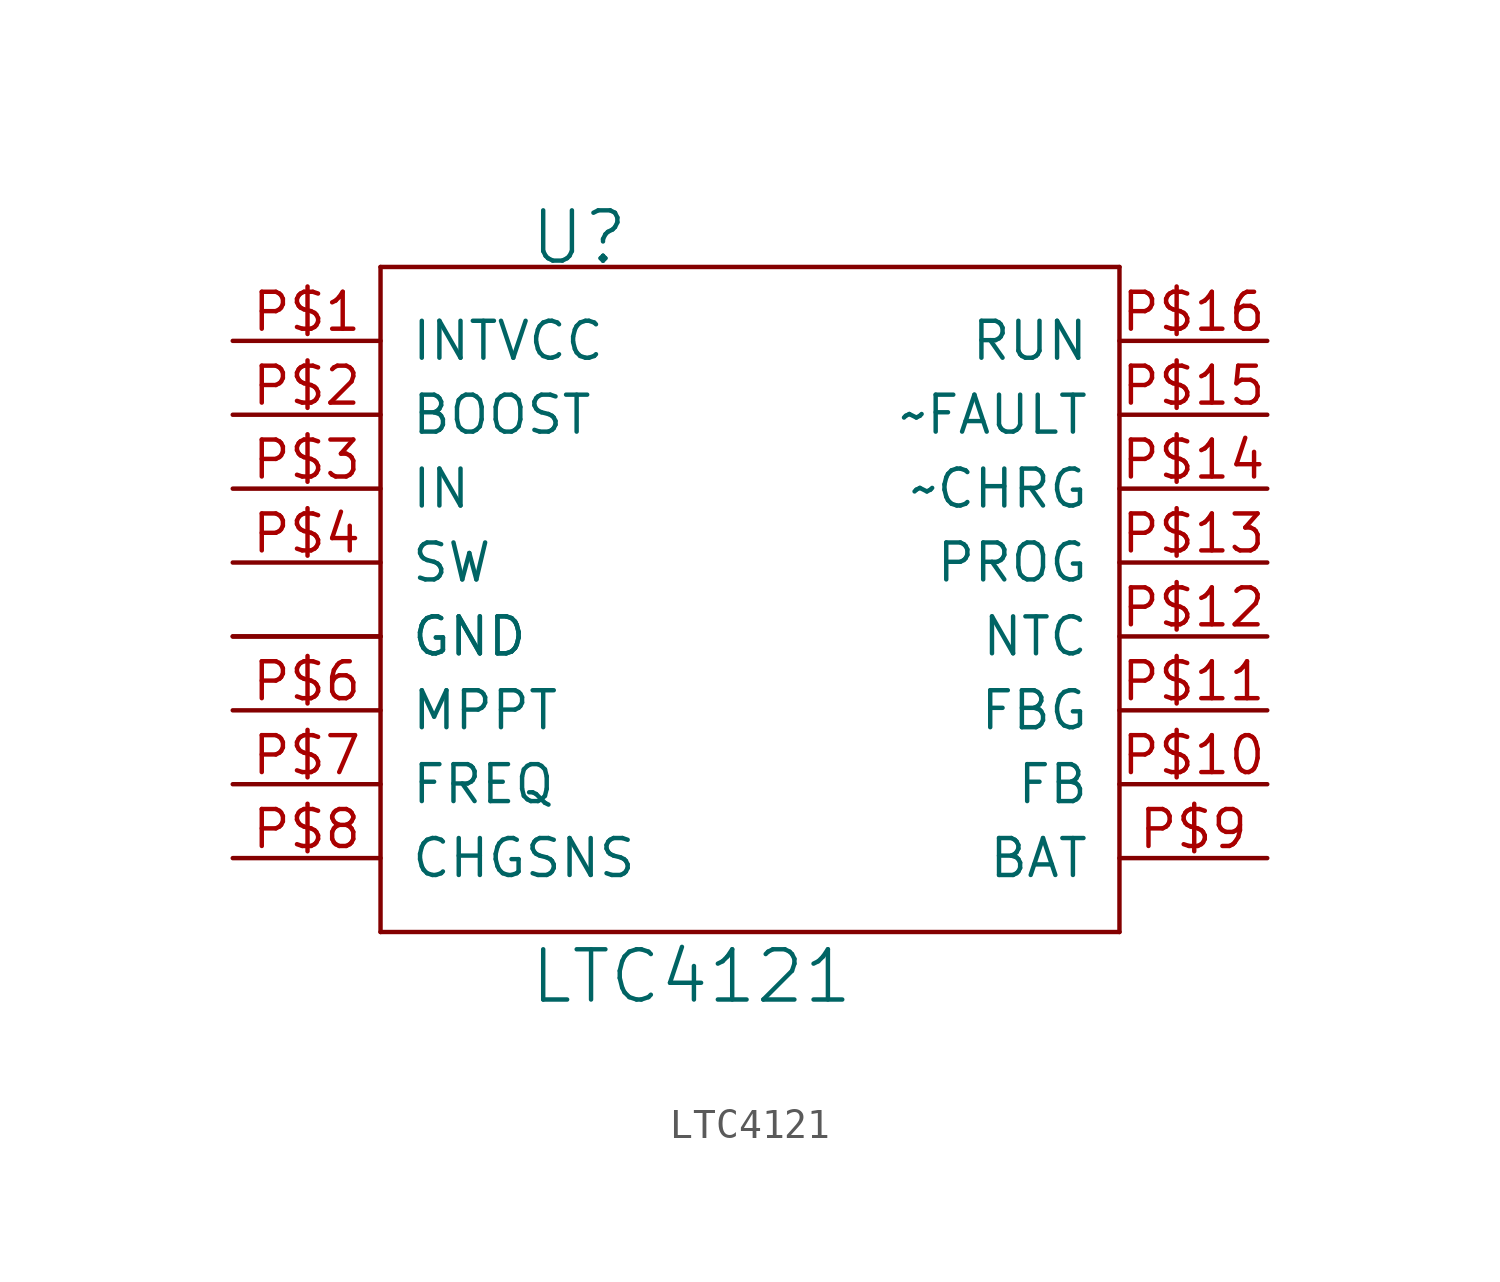
<source format=kicad_sym>
(kicad_symbol_lib
  (version 20211014)
  (generator kicad_symbol_editor)
  (symbol "LTC4121"
    (pin_names
      (offset 1.016))
    (property "Reference" "U"
      (at -2.54 10.16 0)
      (effects (font (size 1.727 1.727)) (justify left bottom)))
    (property "Value" "LTC4121"
      (at -2.54 -15.24 0)
      (effects (font (size 1.727 1.727)) (justify left bottom)))
    (property "ki_locked" ""
      (at 0 0 0)
      (effects (font (size 1.27 1.27))))
    (symbol "LTC4121_1_0"
      (polyline (pts (xy -7.62 -12.7) (xy -7.62 10.16)) (stroke (width 0) (type default) (color 0 0 0 0)) (fill (type none)))
      (polyline (pts (xy -7.62 10.16) (xy 17.78 10.16)) (stroke (width 0) (type default) (color 0 0 0 0)) (fill (type none)))
      (polyline (pts (xy 17.78 -12.7) (xy -7.62 -12.7)) (stroke (width 0) (type default) (color 0 0 0 0)) (fill (type none)))
      (polyline (pts (xy 17.78 10.16) (xy 17.78 -12.7)) (stroke (width 0) (type default) (color 0 0 0 0)) (fill (type none)))
      (pin bidirectional line (at -12.7 7.62 0) (length 5.08) (name "INTVCC" (effects (font (size 1.27 1.27)))) (number "P$1" (effects (font (size 1.27 1.27)))))
      (pin bidirectional line (at 22.86 -7.62 180) (length 5.08) (name "FB" (effects (font (size 1.27 1.27)))) (number "P$10" (effects (font (size 1.27 1.27)))))
      (pin bidirectional line (at 22.86 -5.08 180) (length 5.08) (name "FBG" (effects (font (size 1.27 1.27)))) (number "P$11" (effects (font (size 1.27 1.27)))))
      (pin bidirectional line (at 22.86 -2.54 180) (length 5.08) (name "NTC" (effects (font (size 1.27 1.27)))) (number "P$12" (effects (font (size 1.27 1.27)))))
      (pin bidirectional line (at 22.86 0 180) (length 5.08) (name "PROG" (effects (font (size 1.27 1.27)))) (number "P$13" (effects (font (size 1.27 1.27)))))
      (pin bidirectional line (at 22.86 2.54 180) (length 5.08) (name "~CHRG" (effects (font (size 1.27 1.27)))) (number "P$14" (effects (font (size 1.27 1.27)))))
      (pin bidirectional line (at 22.86 5.08 180) (length 5.08) (name "~FAULT" (effects (font (size 1.27 1.27)))) (number "P$15" (effects (font (size 1.27 1.27)))))
      (pin bidirectional line (at 22.86 7.62 180) (length 5.08) (name "RUN" (effects (font (size 1.27 1.27)))) (number "P$16" (effects (font (size 1.27 1.27)))))
      (pin bidirectional line (at -12.7 -2.54 0) (length 5.08) (name "GND" (effects (font (size 1.27 1.27)))) (number "P$17" (effects (font (size 0 0)))))
      (pin bidirectional line (at -12.7 5.08 0) (length 5.08) (name "BOOST" (effects (font (size 1.27 1.27)))) (number "P$2" (effects (font (size 1.27 1.27)))))
      (pin bidirectional line (at -12.7 2.54 0) (length 5.08) (name "IN" (effects (font (size 1.27 1.27)))) (number "P$3" (effects (font (size 1.27 1.27)))))
      (pin bidirectional line (at -12.7 0 0) (length 5.08) (name "SW" (effects (font (size 1.27 1.27)))) (number "P$4" (effects (font (size 1.27 1.27)))))
      (pin bidirectional line (at -12.7 -2.54 0) (length 5.08) (name "GND" (effects (font (size 1.27 1.27)))) (number "P$5" (effects (font (size 0 0)))))
      (pin bidirectional line (at -12.7 -5.08 0) (length 5.08) (name "MPPT" (effects (font (size 1.27 1.27)))) (number "P$6" (effects (font (size 1.27 1.27)))))
      (pin bidirectional line (at -12.7 -7.62 0) (length 5.08) (name "FREQ" (effects (font (size 1.27 1.27)))) (number "P$7" (effects (font (size 1.27 1.27)))))
      (pin bidirectional line (at -12.7 -10.16 0) (length 5.08) (name "CHGSNS" (effects (font (size 1.27 1.27)))) (number "P$8" (effects (font (size 1.27 1.27)))))
      (pin bidirectional line (at 22.86 -10.16 180) (length 5.08) (name "BAT" (effects (font (size 1.27 1.27)))) (number "P$9" (effects (font (size 1.27 1.27))))))))
</source>
